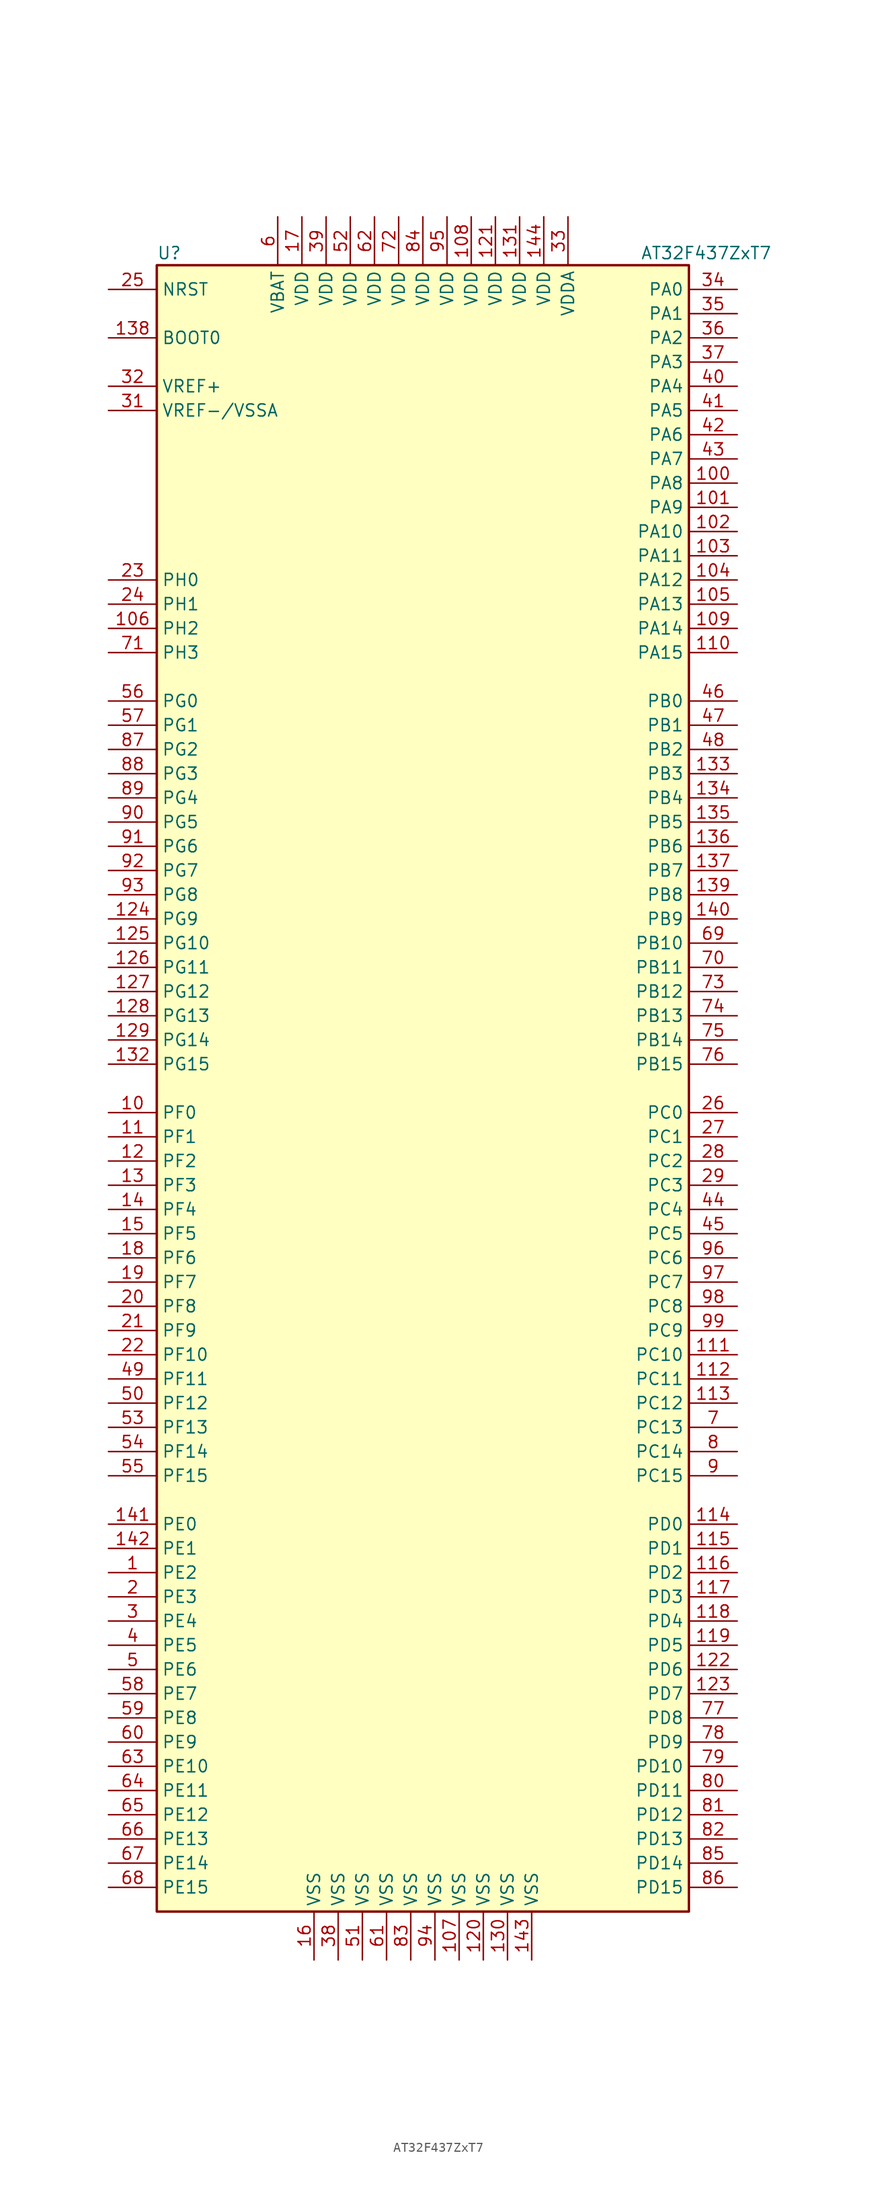
<source format=kicad_sym>
(kicad_symbol_lib
  (version 20220331)
  (generator kicad_symbol_editor)
  (symbol "AT32F437ZxT7"
    (property "Reference" "U"
      (at -27.94 87.63 0)
      (effects (font (size 1.27 1.27)) (justify left)))
    (property "Value" "AT32F437ZxT7"
      (at 22.86 87.63 0)
      (effects (font (size 1.27 1.27)) (justify left)))
    (symbol "AT32F437ZxT7_0_1"
      (rectangle (start -27.94 86.36) (end 27.94 -86.36) (stroke (width 0.254) (type default)) (fill (type background))))
    (symbol "AT32F437ZxT7_1_1"
      (pin bidirectional line (at -33.02 -50.8 0) (length 5.08) (name "PE2" (effects (font (size 1.27 1.27)))) (number "1" (effects (font (size 1.27 1.27)))))
      (pin bidirectional line (at -33.02 -2.54 0) (length 5.08) (name "PF0" (effects (font (size 1.27 1.27)))) (number "10" (effects (font (size 1.27 1.27)))))
      (pin bidirectional line (at 33.02 63.5 180) (length 5.08) (name "PA8" (effects (font (size 1.27 1.27)))) (number "100" (effects (font (size 1.27 1.27)))))
      (pin bidirectional line (at 33.02 60.96 180) (length 5.08) (name "PA9" (effects (font (size 1.27 1.27)))) (number "101" (effects (font (size 1.27 1.27)))))
      (pin bidirectional line (at 33.02 58.42 180) (length 5.08) (name "PA10" (effects (font (size 1.27 1.27)))) (number "102" (effects (font (size 1.27 1.27)))))
      (pin bidirectional line (at 33.02 55.88 180) (length 5.08) (name "PA11" (effects (font (size 1.27 1.27)))) (number "103" (effects (font (size 1.27 1.27)))))
      (pin bidirectional line (at 33.02 53.34 180) (length 5.08) (name "PA12" (effects (font (size 1.27 1.27)))) (number "104" (effects (font (size 1.27 1.27)))))
      (pin bidirectional line (at 33.02 50.8 180) (length 5.08) (name "PA13" (effects (font (size 1.27 1.27)))) (number "105" (effects (font (size 1.27 1.27)))))
      (pin bidirectional line (at -33.02 48.26 0) (length 5.08) (name "PH2" (effects (font (size 1.27 1.27)))) (number "106" (effects (font (size 1.27 1.27)))))
      (pin power_in line (at 3.81 -91.44 90) (length 5.08) (name "VSS" (effects (font (size 1.27 1.27)))) (number "107" (effects (font (size 1.27 1.27)))))
      (pin power_in line (at 5.08 91.44 270) (length 5.08) (name "VDD" (effects (font (size 1.27 1.27)))) (number "108" (effects (font (size 1.27 1.27)))))
      (pin bidirectional line (at 33.02 48.26 180) (length 5.08) (name "PA14" (effects (font (size 1.27 1.27)))) (number "109" (effects (font (size 1.27 1.27)))))
      (pin bidirectional line (at -33.02 -5.08 0) (length 5.08) (name "PF1" (effects (font (size 1.27 1.27)))) (number "11" (effects (font (size 1.27 1.27)))))
      (pin bidirectional line (at 33.02 45.72 180) (length 5.08) (name "PA15" (effects (font (size 1.27 1.27)))) (number "110" (effects (font (size 1.27 1.27)))))
      (pin bidirectional line (at 33.02 -27.94 180) (length 5.08) (name "PC10" (effects (font (size 1.27 1.27)))) (number "111" (effects (font (size 1.27 1.27)))))
      (pin bidirectional line (at 33.02 -30.48 180) (length 5.08) (name "PC11" (effects (font (size 1.27 1.27)))) (number "112" (effects (font (size 1.27 1.27)))))
      (pin bidirectional line (at 33.02 -33.02 180) (length 5.08) (name "PC12" (effects (font (size 1.27 1.27)))) (number "113" (effects (font (size 1.27 1.27)))))
      (pin bidirectional line (at 33.02 -45.72 180) (length 5.08) (name "PD0" (effects (font (size 1.27 1.27)))) (number "114" (effects (font (size 1.27 1.27)))))
      (pin bidirectional line (at 33.02 -48.26 180) (length 5.08) (name "PD1" (effects (font (size 1.27 1.27)))) (number "115" (effects (font (size 1.27 1.27)))))
      (pin bidirectional line (at 33.02 -50.8 180) (length 5.08) (name "PD2" (effects (font (size 1.27 1.27)))) (number "116" (effects (font (size 1.27 1.27)))))
      (pin bidirectional line (at 33.02 -53.34 180) (length 5.08) (name "PD3" (effects (font (size 1.27 1.27)))) (number "117" (effects (font (size 1.27 1.27)))))
      (pin bidirectional line (at 33.02 -55.88 180) (length 5.08) (name "PD4" (effects (font (size 1.27 1.27)))) (number "118" (effects (font (size 1.27 1.27)))))
      (pin bidirectional line (at 33.02 -58.42 180) (length 5.08) (name "PD5" (effects (font (size 1.27 1.27)))) (number "119" (effects (font (size 1.27 1.27)))))
      (pin bidirectional line (at -33.02 -7.62 0) (length 5.08) (name "PF2" (effects (font (size 1.27 1.27)))) (number "12" (effects (font (size 1.27 1.27)))))
      (pin power_in line (at 6.35 -91.44 90) (length 5.08) (name "VSS" (effects (font (size 1.27 1.27)))) (number "120" (effects (font (size 1.27 1.27)))))
      (pin power_in line (at 7.62 91.44 270) (length 5.08) (name "VDD" (effects (font (size 1.27 1.27)))) (number "121" (effects (font (size 1.27 1.27)))))
      (pin bidirectional line (at 33.02 -60.96 180) (length 5.08) (name "PD6" (effects (font (size 1.27 1.27)))) (number "122" (effects (font (size 1.27 1.27)))))
      (pin bidirectional line (at 33.02 -63.5 180) (length 5.08) (name "PD7" (effects (font (size 1.27 1.27)))) (number "123" (effects (font (size 1.27 1.27)))))
      (pin bidirectional line (at -33.02 17.78 0) (length 5.08) (name "PG9" (effects (font (size 1.27 1.27)))) (number "124" (effects (font (size 1.27 1.27)))))
      (pin bidirectional line (at -33.02 15.24 0) (length 5.08) (name "PG10" (effects (font (size 1.27 1.27)))) (number "125" (effects (font (size 1.27 1.27)))))
      (pin bidirectional line (at -33.02 12.7 0) (length 5.08) (name "PG11" (effects (font (size 1.27 1.27)))) (number "126" (effects (font (size 1.27 1.27)))))
      (pin bidirectional line (at -33.02 10.16 0) (length 5.08) (name "PG12" (effects (font (size 1.27 1.27)))) (number "127" (effects (font (size 1.27 1.27)))))
      (pin bidirectional line (at -33.02 7.62 0) (length 5.08) (name "PG13" (effects (font (size 1.27 1.27)))) (number "128" (effects (font (size 1.27 1.27)))))
      (pin bidirectional line (at -33.02 5.08 0) (length 5.08) (name "PG14" (effects (font (size 1.27 1.27)))) (number "129" (effects (font (size 1.27 1.27)))))
      (pin bidirectional line (at -33.02 -10.16 0) (length 5.08) (name "PF3" (effects (font (size 1.27 1.27)))) (number "13" (effects (font (size 1.27 1.27)))))
      (pin power_in line (at 8.89 -91.44 90) (length 5.08) (name "VSS" (effects (font (size 1.27 1.27)))) (number "130" (effects (font (size 1.27 1.27)))))
      (pin power_in line (at 10.16 91.44 270) (length 5.08) (name "VDD" (effects (font (size 1.27 1.27)))) (number "131" (effects (font (size 1.27 1.27)))))
      (pin bidirectional line (at -33.02 2.54 0) (length 5.08) (name "PG15" (effects (font (size 1.27 1.27)))) (number "132" (effects (font (size 1.27 1.27)))))
      (pin bidirectional line (at 33.02 33.02 180) (length 5.08) (name "PB3" (effects (font (size 1.27 1.27)))) (number "133" (effects (font (size 1.27 1.27)))))
      (pin bidirectional line (at 33.02 30.48 180) (length 5.08) (name "PB4" (effects (font (size 1.27 1.27)))) (number "134" (effects (font (size 1.27 1.27)))))
      (pin bidirectional line (at 33.02 27.94 180) (length 5.08) (name "PB5" (effects (font (size 1.27 1.27)))) (number "135" (effects (font (size 1.27 1.27)))))
      (pin bidirectional line (at 33.02 25.4 180) (length 5.08) (name "PB6" (effects (font (size 1.27 1.27)))) (number "136" (effects (font (size 1.27 1.27)))))
      (pin bidirectional line (at 33.02 22.86 180) (length 5.08) (name "PB7" (effects (font (size 1.27 1.27)))) (number "137" (effects (font (size 1.27 1.27)))))
      (pin input line (at -33.02 78.74 0) (length 5.08) (name "BOOT0" (effects (font (size 1.27 1.27)))) (number "138" (effects (font (size 1.27 1.27)))))
      (pin bidirectional line (at 33.02 20.32 180) (length 5.08) (name "PB8" (effects (font (size 1.27 1.27)))) (number "139" (effects (font (size 1.27 1.27)))))
      (pin bidirectional line (at -33.02 -12.7 0) (length 5.08) (name "PF4" (effects (font (size 1.27 1.27)))) (number "14" (effects (font (size 1.27 1.27)))))
      (pin bidirectional line (at 33.02 17.78 180) (length 5.08) (name "PB9" (effects (font (size 1.27 1.27)))) (number "140" (effects (font (size 1.27 1.27)))))
      (pin bidirectional line (at -33.02 -45.72 0) (length 5.08) (name "PE0" (effects (font (size 1.27 1.27)))) (number "141" (effects (font (size 1.27 1.27)))))
      (pin bidirectional line (at -33.02 -48.26 0) (length 5.08) (name "PE1" (effects (font (size 1.27 1.27)))) (number "142" (effects (font (size 1.27 1.27)))))
      (pin power_in line (at 11.43 -91.44 90) (length 5.08) (name "VSS" (effects (font (size 1.27 1.27)))) (number "143" (effects (font (size 1.27 1.27)))))
      (pin power_in line (at 12.7 91.44 270) (length 5.08) (name "VDD" (effects (font (size 1.27 1.27)))) (number "144" (effects (font (size 1.27 1.27)))))
      (pin bidirectional line (at -33.02 -15.24 0) (length 5.08) (name "PF5" (effects (font (size 1.27 1.27)))) (number "15" (effects (font (size 1.27 1.27)))))
      (pin power_in line (at -11.43 -91.44 90) (length 5.08) (name "VSS" (effects (font (size 1.27 1.27)))) (number "16" (effects (font (size 1.27 1.27)))))
      (pin power_in line (at -12.7 91.44 270) (length 5.08) (name "VDD" (effects (font (size 1.27 1.27)))) (number "17" (effects (font (size 1.27 1.27)))))
      (pin bidirectional line (at -33.02 -17.78 0) (length 5.08) (name "PF6" (effects (font (size 1.27 1.27)))) (number "18" (effects (font (size 1.27 1.27)))))
      (pin bidirectional line (at -33.02 -20.32 0) (length 5.08) (name "PF7" (effects (font (size 1.27 1.27)))) (number "19" (effects (font (size 1.27 1.27)))))
      (pin bidirectional line (at -33.02 -53.34 0) (length 5.08) (name "PE3" (effects (font (size 1.27 1.27)))) (number "2" (effects (font (size 1.27 1.27)))))
      (pin bidirectional line (at -33.02 -22.86 0) (length 5.08) (name "PF8" (effects (font (size 1.27 1.27)))) (number "20" (effects (font (size 1.27 1.27)))))
      (pin bidirectional line (at -33.02 -25.4 0) (length 5.08) (name "PF9" (effects (font (size 1.27 1.27)))) (number "21" (effects (font (size 1.27 1.27)))))
      (pin bidirectional line (at -33.02 -27.94 0) (length 5.08) (name "PF10" (effects (font (size 1.27 1.27)))) (number "22" (effects (font (size 1.27 1.27)))))
      (pin input line (at -33.02 53.34 0) (length 5.08) (name "PH0" (effects (font (size 1.27 1.27)))) (number "23" (effects (font (size 1.27 1.27)))))
      (pin input line (at -33.02 50.8 0) (length 5.08) (name "PH1" (effects (font (size 1.27 1.27)))) (number "24" (effects (font (size 1.27 1.27)))))
      (pin input line (at -33.02 83.82 0) (length 5.08) (name "NRST" (effects (font (size 1.27 1.27)))) (number "25" (effects (font (size 1.27 1.27)))))
      (pin bidirectional line (at 33.02 -2.54 180) (length 5.08) (name "PC0" (effects (font (size 1.27 1.27)))) (number "26" (effects (font (size 1.27 1.27)))))
      (pin bidirectional line (at 33.02 -5.08 180) (length 5.08) (name "PC1" (effects (font (size 1.27 1.27)))) (number "27" (effects (font (size 1.27 1.27)))))
      (pin bidirectional line (at 33.02 -7.62 180) (length 5.08) (name "PC2" (effects (font (size 1.27 1.27)))) (number "28" (effects (font (size 1.27 1.27)))))
      (pin bidirectional line (at 33.02 -10.16 180) (length 5.08) (name "PC3" (effects (font (size 1.27 1.27)))) (number "29" (effects (font (size 1.27 1.27)))))
      (pin bidirectional line (at -33.02 -55.88 0) (length 5.08) (name "PE4" (effects (font (size 1.27 1.27)))) (number "3" (effects (font (size 1.27 1.27)))))
      (pin no_connect line (at -33.02 63.5 0) (length 5.08) hide (name "NC" (effects (font (size 1.27 1.27)))) (number "30" (effects (font (size 1.27 1.27)))))
      (pin power_in line (at -33.02 71.12 0) (length 5.08) (name "VREF-/VSSA" (effects (font (size 1.27 1.27)))) (number "31" (effects (font (size 1.27 1.27)))))
      (pin power_in line (at -33.02 73.66 0) (length 5.08) (name "VREF+" (effects (font (size 1.27 1.27)))) (number "32" (effects (font (size 1.27 1.27)))))
      (pin power_in line (at 15.24 91.44 270) (length 5.08) (name "VDDA" (effects (font (size 1.27 1.27)))) (number "33" (effects (font (size 1.27 1.27)))))
      (pin bidirectional line (at 33.02 83.82 180) (length 5.08) (name "PA0" (effects (font (size 1.27 1.27)))) (number "34" (effects (font (size 1.27 1.27)))))
      (pin bidirectional line (at 33.02 81.28 180) (length 5.08) (name "PA1" (effects (font (size 1.27 1.27)))) (number "35" (effects (font (size 1.27 1.27)))))
      (pin bidirectional line (at 33.02 78.74 180) (length 5.08) (name "PA2" (effects (font (size 1.27 1.27)))) (number "36" (effects (font (size 1.27 1.27)))))
      (pin bidirectional line (at 33.02 76.2 180) (length 5.08) (name "PA3" (effects (font (size 1.27 1.27)))) (number "37" (effects (font (size 1.27 1.27)))))
      (pin power_in line (at -8.89 -91.44 90) (length 5.08) (name "VSS" (effects (font (size 1.27 1.27)))) (number "38" (effects (font (size 1.27 1.27)))))
      (pin power_in line (at -10.16 91.44 270) (length 5.08) (name "VDD" (effects (font (size 1.27 1.27)))) (number "39" (effects (font (size 1.27 1.27)))))
      (pin bidirectional line (at -33.02 -58.42 0) (length 5.08) (name "PE5" (effects (font (size 1.27 1.27)))) (number "4" (effects (font (size 1.27 1.27)))))
      (pin bidirectional line (at 33.02 73.66 180) (length 5.08) (name "PA4" (effects (font (size 1.27 1.27)))) (number "40" (effects (font (size 1.27 1.27)))))
      (pin bidirectional line (at 33.02 71.12 180) (length 5.08) (name "PA5" (effects (font (size 1.27 1.27)))) (number "41" (effects (font (size 1.27 1.27)))))
      (pin bidirectional line (at 33.02 68.58 180) (length 5.08) (name "PA6" (effects (font (size 1.27 1.27)))) (number "42" (effects (font (size 1.27 1.27)))))
      (pin bidirectional line (at 33.02 66.04 180) (length 5.08) (name "PA7" (effects (font (size 1.27 1.27)))) (number "43" (effects (font (size 1.27 1.27)))))
      (pin bidirectional line (at 33.02 -12.7 180) (length 5.08) (name "PC4" (effects (font (size 1.27 1.27)))) (number "44" (effects (font (size 1.27 1.27)))))
      (pin bidirectional line (at 33.02 -15.24 180) (length 5.08) (name "PC5" (effects (font (size 1.27 1.27)))) (number "45" (effects (font (size 1.27 1.27)))))
      (pin bidirectional line (at 33.02 40.64 180) (length 5.08) (name "PB0" (effects (font (size 1.27 1.27)))) (number "46" (effects (font (size 1.27 1.27)))))
      (pin bidirectional line (at 33.02 38.1 180) (length 5.08) (name "PB1" (effects (font (size 1.27 1.27)))) (number "47" (effects (font (size 1.27 1.27)))))
      (pin bidirectional line (at 33.02 35.56 180) (length 5.08) (name "PB2" (effects (font (size 1.27 1.27)))) (number "48" (effects (font (size 1.27 1.27)))))
      (pin bidirectional line (at -33.02 -30.48 0) (length 5.08) (name "PF11" (effects (font (size 1.27 1.27)))) (number "49" (effects (font (size 1.27 1.27)))))
      (pin bidirectional line (at -33.02 -60.96 0) (length 5.08) (name "PE6" (effects (font (size 1.27 1.27)))) (number "5" (effects (font (size 1.27 1.27)))))
      (pin bidirectional line (at -33.02 -33.02 0) (length 5.08) (name "PF12" (effects (font (size 1.27 1.27)))) (number "50" (effects (font (size 1.27 1.27)))))
      (pin power_in line (at -6.35 -91.44 90) (length 5.08) (name "VSS" (effects (font (size 1.27 1.27)))) (number "51" (effects (font (size 1.27 1.27)))))
      (pin power_in line (at -7.62 91.44 270) (length 5.08) (name "VDD" (effects (font (size 1.27 1.27)))) (number "52" (effects (font (size 1.27 1.27)))))
      (pin bidirectional line (at -33.02 -35.56 0) (length 5.08) (name "PF13" (effects (font (size 1.27 1.27)))) (number "53" (effects (font (size 1.27 1.27)))))
      (pin bidirectional line (at -33.02 -38.1 0) (length 5.08) (name "PF14" (effects (font (size 1.27 1.27)))) (number "54" (effects (font (size 1.27 1.27)))))
      (pin bidirectional line (at -33.02 -40.64 0) (length 5.08) (name "PF15" (effects (font (size 1.27 1.27)))) (number "55" (effects (font (size 1.27 1.27)))))
      (pin bidirectional line (at -33.02 40.64 0) (length 5.08) (name "PG0" (effects (font (size 1.27 1.27)))) (number "56" (effects (font (size 1.27 1.27)))))
      (pin bidirectional line (at -33.02 38.1 0) (length 5.08) (name "PG1" (effects (font (size 1.27 1.27)))) (number "57" (effects (font (size 1.27 1.27)))))
      (pin bidirectional line (at -33.02 -63.5 0) (length 5.08) (name "PE7" (effects (font (size 1.27 1.27)))) (number "58" (effects (font (size 1.27 1.27)))))
      (pin bidirectional line (at -33.02 -66.04 0) (length 5.08) (name "PE8" (effects (font (size 1.27 1.27)))) (number "59" (effects (font (size 1.27 1.27)))))
      (pin power_in line (at -15.24 91.44 270) (length 5.08) (name "VBAT" (effects (font (size 1.27 1.27)))) (number "6" (effects (font (size 1.27 1.27)))))
      (pin bidirectional line (at -33.02 -68.58 0) (length 5.08) (name "PE9" (effects (font (size 1.27 1.27)))) (number "60" (effects (font (size 1.27 1.27)))))
      (pin power_in line (at -3.81 -91.44 90) (length 5.08) (name "VSS" (effects (font (size 1.27 1.27)))) (number "61" (effects (font (size 1.27 1.27)))))
      (pin power_in line (at -5.08 91.44 270) (length 5.08) (name "VDD" (effects (font (size 1.27 1.27)))) (number "62" (effects (font (size 1.27 1.27)))))
      (pin bidirectional line (at -33.02 -71.12 0) (length 5.08) (name "PE10" (effects (font (size 1.27 1.27)))) (number "63" (effects (font (size 1.27 1.27)))))
      (pin bidirectional line (at -33.02 -73.66 0) (length 5.08) (name "PE11" (effects (font (size 1.27 1.27)))) (number "64" (effects (font (size 1.27 1.27)))))
      (pin bidirectional line (at -33.02 -76.2 0) (length 5.08) (name "PE12" (effects (font (size 1.27 1.27)))) (number "65" (effects (font (size 1.27 1.27)))))
      (pin bidirectional line (at -33.02 -78.74 0) (length 5.08) (name "PE13" (effects (font (size 1.27 1.27)))) (number "66" (effects (font (size 1.27 1.27)))))
      (pin bidirectional line (at -33.02 -81.28 0) (length 5.08) (name "PE14" (effects (font (size 1.27 1.27)))) (number "67" (effects (font (size 1.27 1.27)))))
      (pin bidirectional line (at -33.02 -83.82 0) (length 5.08) (name "PE15" (effects (font (size 1.27 1.27)))) (number "68" (effects (font (size 1.27 1.27)))))
      (pin bidirectional line (at 33.02 15.24 180) (length 5.08) (name "PB10" (effects (font (size 1.27 1.27)))) (number "69" (effects (font (size 1.27 1.27)))))
      (pin bidirectional line (at 33.02 -35.56 180) (length 5.08) (name "PC13" (effects (font (size 1.27 1.27)))) (number "7" (effects (font (size 1.27 1.27)))))
      (pin bidirectional line (at 33.02 12.7 180) (length 5.08) (name "PB11" (effects (font (size 1.27 1.27)))) (number "70" (effects (font (size 1.27 1.27)))))
      (pin bidirectional line (at -33.02 45.72 0) (length 5.08) (name "PH3" (effects (font (size 1.27 1.27)))) (number "71" (effects (font (size 1.27 1.27)))))
      (pin power_in line (at -2.54 91.44 270) (length 5.08) (name "VDD" (effects (font (size 1.27 1.27)))) (number "72" (effects (font (size 1.27 1.27)))))
      (pin bidirectional line (at 33.02 10.16 180) (length 5.08) (name "PB12" (effects (font (size 1.27 1.27)))) (number "73" (effects (font (size 1.27 1.27)))))
      (pin bidirectional line (at 33.02 7.62 180) (length 5.08) (name "PB13" (effects (font (size 1.27 1.27)))) (number "74" (effects (font (size 1.27 1.27)))))
      (pin bidirectional line (at 33.02 5.08 180) (length 5.08) (name "PB14" (effects (font (size 1.27 1.27)))) (number "75" (effects (font (size 1.27 1.27)))))
      (pin bidirectional line (at 33.02 2.54 180) (length 5.08) (name "PB15" (effects (font (size 1.27 1.27)))) (number "76" (effects (font (size 1.27 1.27)))))
      (pin bidirectional line (at 33.02 -66.04 180) (length 5.08) (name "PD8" (effects (font (size 1.27 1.27)))) (number "77" (effects (font (size 1.27 1.27)))))
      (pin bidirectional line (at 33.02 -68.58 180) (length 5.08) (name "PD9" (effects (font (size 1.27 1.27)))) (number "78" (effects (font (size 1.27 1.27)))))
      (pin bidirectional line (at 33.02 -71.12 180) (length 5.08) (name "PD10" (effects (font (size 1.27 1.27)))) (number "79" (effects (font (size 1.27 1.27)))))
      (pin bidirectional line (at 33.02 -38.1 180) (length 5.08) (name "PC14" (effects (font (size 1.27 1.27)))) (number "8" (effects (font (size 1.27 1.27)))))
      (pin bidirectional line (at 33.02 -73.66 180) (length 5.08) (name "PD11" (effects (font (size 1.27 1.27)))) (number "80" (effects (font (size 1.27 1.27)))))
      (pin bidirectional line (at 33.02 -76.2 180) (length 5.08) (name "PD12" (effects (font (size 1.27 1.27)))) (number "81" (effects (font (size 1.27 1.27)))))
      (pin bidirectional line (at 33.02 -78.74 180) (length 5.08) (name "PD13" (effects (font (size 1.27 1.27)))) (number "82" (effects (font (size 1.27 1.27)))))
      (pin power_in line (at -1.27 -91.44 90) (length 5.08) (name "VSS" (effects (font (size 1.27 1.27)))) (number "83" (effects (font (size 1.27 1.27)))))
      (pin power_in line (at 0 91.44 270) (length 5.08) (name "VDD" (effects (font (size 1.27 1.27)))) (number "84" (effects (font (size 1.27 1.27)))))
      (pin bidirectional line (at 33.02 -81.28 180) (length 5.08) (name "PD14" (effects (font (size 1.27 1.27)))) (number "85" (effects (font (size 1.27 1.27)))))
      (pin bidirectional line (at 33.02 -83.82 180) (length 5.08) (name "PD15" (effects (font (size 1.27 1.27)))) (number "86" (effects (font (size 1.27 1.27)))))
      (pin bidirectional line (at -33.02 35.56 0) (length 5.08) (name "PG2" (effects (font (size 1.27 1.27)))) (number "87" (effects (font (size 1.27 1.27)))))
      (pin bidirectional line (at -33.02 33.02 0) (length 5.08) (name "PG3" (effects (font (size 1.27 1.27)))) (number "88" (effects (font (size 1.27 1.27)))))
      (pin bidirectional line (at -33.02 30.48 0) (length 5.08) (name "PG4" (effects (font (size 1.27 1.27)))) (number "89" (effects (font (size 1.27 1.27)))))
      (pin bidirectional line (at 33.02 -40.64 180) (length 5.08) (name "PC15" (effects (font (size 1.27 1.27)))) (number "9" (effects (font (size 1.27 1.27)))))
      (pin bidirectional line (at -33.02 27.94 0) (length 5.08) (name "PG5" (effects (font (size 1.27 1.27)))) (number "90" (effects (font (size 1.27 1.27)))))
      (pin bidirectional line (at -33.02 25.4 0) (length 5.08) (name "PG6" (effects (font (size 1.27 1.27)))) (number "91" (effects (font (size 1.27 1.27)))))
      (pin bidirectional line (at -33.02 22.86 0) (length 5.08) (name "PG7" (effects (font (size 1.27 1.27)))) (number "92" (effects (font (size 1.27 1.27)))))
      (pin bidirectional line (at -33.02 20.32 0) (length 5.08) (name "PG8" (effects (font (size 1.27 1.27)))) (number "93" (effects (font (size 1.27 1.27)))))
      (pin power_in line (at 1.27 -91.44 90) (length 5.08) (name "VSS" (effects (font (size 1.27 1.27)))) (number "94" (effects (font (size 1.27 1.27)))))
      (pin power_in line (at 2.54 91.44 270) (length 5.08) (name "VDD" (effects (font (size 1.27 1.27)))) (number "95" (effects (font (size 1.27 1.27)))))
      (pin bidirectional line (at 33.02 -17.78 180) (length 5.08) (name "PC6" (effects (font (size 1.27 1.27)))) (number "96" (effects (font (size 1.27 1.27)))))
      (pin bidirectional line (at 33.02 -20.32 180) (length 5.08) (name "PC7" (effects (font (size 1.27 1.27)))) (number "97" (effects (font (size 1.27 1.27)))))
      (pin bidirectional line (at 33.02 -22.86 180) (length 5.08) (name "PC8" (effects (font (size 1.27 1.27)))) (number "98" (effects (font (size 1.27 1.27)))))
      (pin bidirectional line (at 33.02 -25.4 180) (length 5.08) (name "PC9" (effects (font (size 1.27 1.27)))) (number "99" (effects (font (size 1.27 1.27))))))))
</source>
